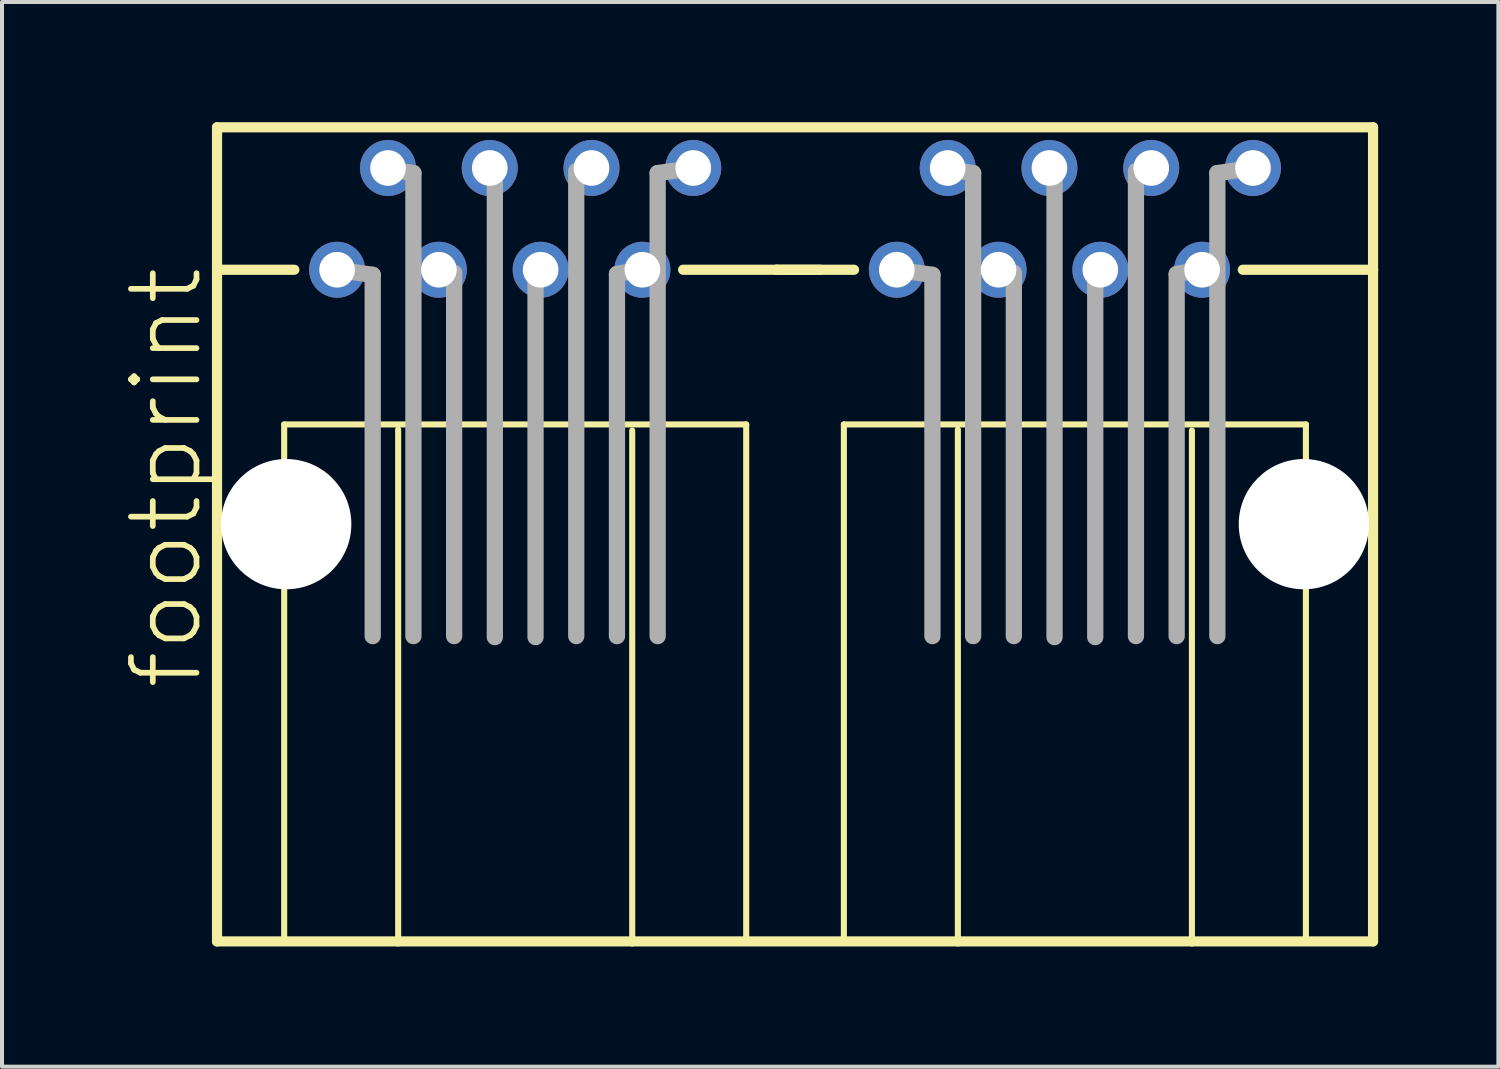
<source format=kicad_pcb>
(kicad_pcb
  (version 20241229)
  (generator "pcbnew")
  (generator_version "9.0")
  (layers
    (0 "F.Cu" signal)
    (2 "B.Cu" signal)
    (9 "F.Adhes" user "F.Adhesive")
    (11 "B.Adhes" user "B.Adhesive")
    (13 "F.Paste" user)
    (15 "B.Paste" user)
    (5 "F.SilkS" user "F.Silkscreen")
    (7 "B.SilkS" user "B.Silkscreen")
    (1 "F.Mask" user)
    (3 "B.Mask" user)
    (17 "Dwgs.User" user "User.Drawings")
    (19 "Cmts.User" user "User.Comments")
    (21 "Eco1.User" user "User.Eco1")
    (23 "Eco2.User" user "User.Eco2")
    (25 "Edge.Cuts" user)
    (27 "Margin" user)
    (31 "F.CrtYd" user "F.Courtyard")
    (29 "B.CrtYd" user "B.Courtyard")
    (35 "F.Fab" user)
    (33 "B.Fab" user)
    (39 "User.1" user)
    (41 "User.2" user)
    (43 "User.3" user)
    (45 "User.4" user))
  (footprint "footprint"
    (layer "F.Cu")
    (at 16.794 10.033)
    (property "Reference" "footprint" (at -14.732 4.191 90) (layer "F.SilkS") (effects (font (size 1.636 1.636) (thickness 0.142)) (justify left bottom)))
    (fp_line (start -14.427 -9.906) (end -14.427 -6.35) (stroke (width 0.254) (type solid)) (layer "F.SilkS"))
    (fp_line (start -14.427 -6.35) (end -14.427 10.414) (stroke (width 0.254) (type solid)) (layer "F.SilkS"))
    (fp_line (start -14.427 10.414) (end -9.906 10.414) (stroke (width 0.254) (type solid)) (layer "F.SilkS"))
    (fp_line (start -12.751 -2.489) (end -12.751 10.363) (stroke (width 0.152) (type solid)) (layer "F.SilkS"))
    (fp_line (start -12.497 -6.35) (end -14.427 -6.35) (stroke (width 0.254) (type solid)) (layer "F.SilkS"))
    (fp_line (start -9.906 10.414) (end -9.906 -2.362) (stroke (width 0.152) (type solid)) (layer "F.SilkS"))
    (fp_line (start -9.906 10.414) (end -4.064 10.414) (stroke (width 0.254) (type solid)) (layer "F.SilkS"))
    (fp_line (start -4.064 -2.337) (end -4.064 10.414) (stroke (width 0.152) (type solid)) (layer "F.SilkS"))
    (fp_line (start -4.064 10.414) (end 4.064 10.414) (stroke (width 0.254) (type solid)) (layer "F.SilkS"))
    (fp_line (start -2.794 -6.35) (end -0.457 -6.35) (stroke (width 0.254) (type solid)) (layer "F.SilkS"))
    (fp_line (start -1.219 -2.489) (end -12.751 -2.489) (stroke (width 0.152) (type solid)) (layer "F.SilkS"))
    (fp_line (start -1.219 10.363) (end -1.219 -2.489) (stroke (width 0.152) (type solid)) (layer "F.SilkS"))
    (fp_line (start -0.457 -6.35) (end 0.635 -6.35) (stroke (width 0.254) (type solid)) (layer "F.SilkS"))
    (fp_line (start 1.219 -2.489) (end 1.219 10.363) (stroke (width 0.152) (type solid)) (layer "F.SilkS"))
    (fp_line (start 1.473 -6.35) (end -0.457 -6.35) (stroke (width 0.254) (type solid)) (layer "F.SilkS"))
    (fp_line (start 4.064 10.414) (end 4.064 -2.362) (stroke (width 0.152) (type solid)) (layer "F.SilkS"))
    (fp_line (start 4.064 10.414) (end 9.906 10.414) (stroke (width 0.254) (type solid)) (layer "F.SilkS"))
    (fp_line (start 9.906 -2.337) (end 9.906 10.414) (stroke (width 0.152) (type solid)) (layer "F.SilkS"))
    (fp_line (start 9.906 10.414) (end 14.427 10.414) (stroke (width 0.254) (type solid)) (layer "F.SilkS"))
    (fp_line (start 11.176 -6.35) (end 14.427 -6.35) (stroke (width 0.254) (type solid)) (layer "F.SilkS"))
    (fp_line (start 12.751 -2.489) (end 1.219 -2.489) (stroke (width 0.152) (type solid)) (layer "F.SilkS"))
    (fp_line (start 12.751 10.363) (end 12.751 -2.489) (stroke (width 0.152) (type solid)) (layer "F.SilkS"))
    (fp_line (start 14.427 -9.906) (end -14.427 -9.906) (stroke (width 0.254) (type solid)) (layer "F.SilkS"))
    (fp_line (start 14.427 -6.35) (end 14.427 -9.906) (stroke (width 0.254) (type solid)) (layer "F.SilkS"))
    (fp_line (start 14.427 10.414) (end 14.427 -6.35) (stroke (width 0.254) (type solid)) (layer "F.SilkS"))
    (fp_line (start -11.43 -6.35) (end -10.541 -6.223) (stroke (width 0.406) (type solid)) (layer "F.Fab"))
    (fp_line (start -10.541 -6.223) (end -10.541 2.794) (stroke (width 0.406) (type solid)) (layer "F.Fab"))
    (fp_line (start -10.16 -8.865) (end -9.525 -8.763) (stroke (width 0.406) (type solid)) (layer "F.Fab"))
    (fp_line (start -9.525 -8.763) (end -9.525 2.794) (stroke (width 0.406) (type solid)) (layer "F.Fab"))
    (fp_line (start -8.89 -6.35) (end -8.509 -6.274) (stroke (width 0.406) (type solid)) (layer "F.Fab"))
    (fp_line (start -8.509 -6.223) (end -8.509 2.794) (stroke (width 0.406) (type solid)) (layer "F.Fab"))
    (fp_line (start -7.62 -8.89) (end -7.493 -8.865) (stroke (width 0.406) (type solid)) (layer "F.Fab"))
    (fp_line (start -7.493 -8.763) (end -7.493 2.819) (stroke (width 0.406) (type solid)) (layer "F.Fab"))
    (fp_line (start -6.477 -6.223) (end -6.477 2.819) (stroke (width 0.406) (type solid)) (layer "F.Fab"))
    (fp_line (start -6.35 -6.35) (end -6.477 -6.299) (stroke (width 0.406) (type solid)) (layer "F.Fab"))
    (fp_line (start -5.461 -8.763) (end -5.461 2.794) (stroke (width 0.406) (type solid)) (layer "F.Fab"))
    (fp_line (start -5.08 -8.89) (end -5.461 -8.814) (stroke (width 0.406) (type solid)) (layer "F.Fab"))
    (fp_line (start -4.445 -6.223) (end -4.445 2.794) (stroke (width 0.406) (type solid)) (layer "F.Fab"))
    (fp_line (start -3.81 -6.35) (end -4.445 -6.248) (stroke (width 0.406) (type solid)) (layer "F.Fab"))
    (fp_line (start -3.429 -8.763) (end -3.429 2.794) (stroke (width 0.406) (type solid)) (layer "F.Fab"))
    (fp_line (start -2.54 -8.89) (end -3.429 -8.763) (stroke (width 0.406) (type solid)) (layer "F.Fab"))
    (fp_line (start 2.54 -6.35) (end 3.429 -6.223) (stroke (width 0.406) (type solid)) (layer "F.Fab"))
    (fp_line (start 3.429 -6.223) (end 3.429 2.794) (stroke (width 0.406) (type solid)) (layer "F.Fab"))
    (fp_line (start 3.81 -8.865) (end 4.445 -8.763) (stroke (width 0.406) (type solid)) (layer "F.Fab"))
    (fp_line (start 4.445 -8.763) (end 4.445 2.794) (stroke (width 0.406) (type solid)) (layer "F.Fab"))
    (fp_line (start 5.08 -6.35) (end 5.461 -6.274) (stroke (width 0.406) (type solid)) (layer "F.Fab"))
    (fp_line (start 5.461 -6.223) (end 5.461 2.794) (stroke (width 0.406) (type solid)) (layer "F.Fab"))
    (fp_line (start 6.35 -8.89) (end 6.477 -8.865) (stroke (width 0.406) (type solid)) (layer "F.Fab"))
    (fp_line (start 6.477 -8.763) (end 6.477 2.819) (stroke (width 0.406) (type solid)) (layer "F.Fab"))
    (fp_line (start 7.493 -6.223) (end 7.493 2.819) (stroke (width 0.406) (type solid)) (layer "F.Fab"))
    (fp_line (start 7.62 -6.35) (end 7.493 -6.299) (stroke (width 0.406) (type solid)) (layer "F.Fab"))
    (fp_line (start 8.509 -8.763) (end 8.509 2.794) (stroke (width 0.406) (type solid)) (layer "F.Fab"))
    (fp_line (start 8.89 -8.89) (end 8.509 -8.814) (stroke (width 0.406) (type solid)) (layer "F.Fab"))
    (fp_line (start 9.525 -6.223) (end 9.525 2.794) (stroke (width 0.406) (type solid)) (layer "F.Fab"))
    (fp_line (start 10.16 -6.35) (end 9.525 -6.248) (stroke (width 0.406) (type solid)) (layer "F.Fab"))
    (fp_line (start 10.541 -8.763) (end 10.541 2.794) (stroke (width 0.406) (type solid)) (layer "F.Fab"))
    (fp_line (start 11.43 -8.89) (end 10.541 -8.763) (stroke (width 0.406) (type solid)) (layer "F.Fab"))
    (pad "" np_thru_hole circle (at -12.7 0) (size 3.251 3.251) (drill 3.251) (layers "*.Cu" "*.Mask"))
    (pad "" np_thru_hole circle (at 12.7 0) (size 3.251 3.251) (drill 3.251) (layers "*.Cu" "*.Mask"))
    (pad "1-1" thru_hole circle (at -11.43 -6.35) (size 1.397 1.397) (drill 0.889) (layers "*.Cu" "*.Mask"))
    (pad "1-2" thru_hole circle (at -10.16 -8.89) (size 1.397 1.397) (drill 0.889) (layers "*.Cu" "*.Mask"))
    (pad "1-3" thru_hole circle (at -8.89 -6.35) (size 1.397 1.397) (drill 0.889) (layers "*.Cu" "*.Mask"))
    (pad "1-4" thru_hole circle (at -7.62 -8.89) (size 1.397 1.397) (drill 0.889) (layers "*.Cu" "*.Mask"))
    (pad "1-5" thru_hole circle (at -6.35 -6.35) (size 1.397 1.397) (drill 0.889) (layers "*.Cu" "*.Mask"))
    (pad "1-6" thru_hole circle (at -5.08 -8.89) (size 1.397 1.397) (drill 0.889) (layers "*.Cu" "*.Mask"))
    (pad "1-7" thru_hole circle (at -3.81 -6.35) (size 1.397 1.397) (drill 0.889) (layers "*.Cu" "*.Mask"))
    (pad "1-8" thru_hole circle (at -2.54 -8.89) (size 1.397 1.397) (drill 0.889) (layers "*.Cu" "*.Mask"))
    (pad "2-1" thru_hole circle (at 2.54 -6.35) (size 1.397 1.397) (drill 0.889) (layers "*.Cu" "*.Mask"))
    (pad "2-2" thru_hole circle (at 3.81 -8.89) (size 1.397 1.397) (drill 0.889) (layers "*.Cu" "*.Mask"))
    (pad "2-3" thru_hole circle (at 5.08 -6.35) (size 1.397 1.397) (drill 0.889) (layers "*.Cu" "*.Mask"))
    (pad "2-4" thru_hole circle (at 6.35 -8.89) (size 1.397 1.397) (drill 0.889) (layers "*.Cu" "*.Mask"))
    (pad "2-5" thru_hole circle (at 7.62 -6.35) (size 1.397 1.397) (drill 0.889) (layers "*.Cu" "*.Mask"))
    (pad "2-6" thru_hole circle (at 8.89 -8.89) (size 1.397 1.397) (drill 0.889) (layers "*.Cu" "*.Mask"))
    (pad "2-7" thru_hole circle (at 10.16 -6.35) (size 1.397 1.397) (drill 0.889) (layers "*.Cu" "*.Mask"))
    (pad "2-8" thru_hole circle (at 11.43 -8.89) (size 1.397 1.397) (drill 0.889) (layers "*.Cu" "*.Mask")))
  (gr_rect
    (start -3 -3)
    (end 34.349 23.574)
    (stroke (width 0.1) (type default))
    (fill no)
    (layer "Edge.Cuts")))
</source>
